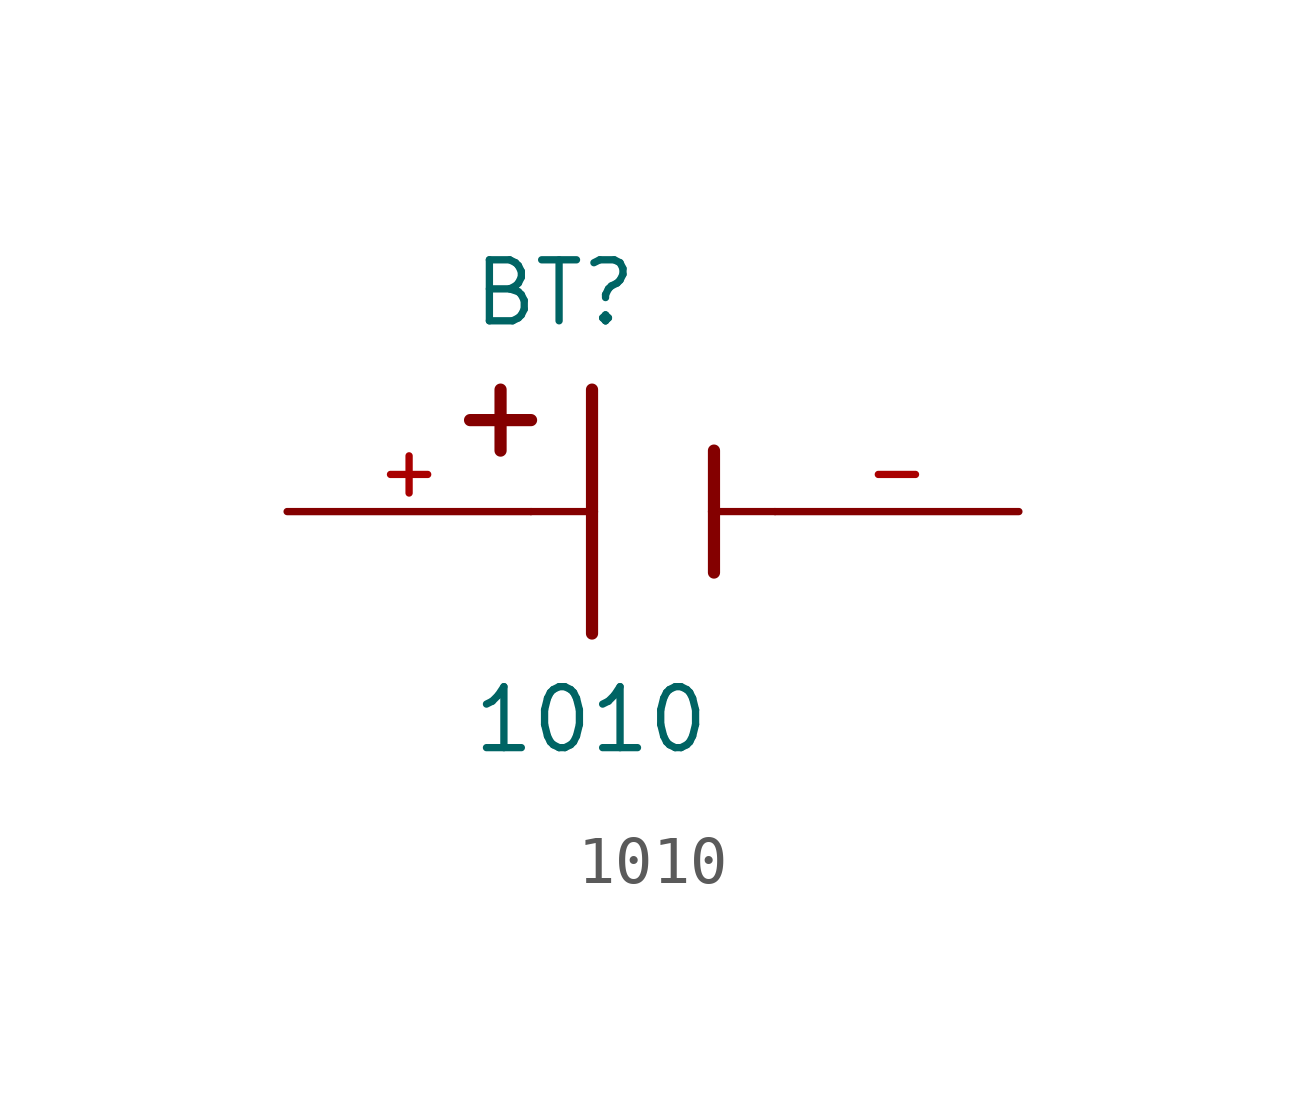
<source format=kicad_sym>
(kicad_symbol_lib
  (version 20211014)
  (generator kicad_symbol_editor)
  (symbol "1010"
    (pin_names
      (offset 1.016))
    (property "Reference" "BT"
      (at -3.81 3.81 0)
      (effects (font (size 1.27 1.27)) (justify bottom left)))
    (property "Value" "1010"
      (at -3.81 -5.08 0)
      (effects (font (size 1.27 1.27)) (justify bottom left)))
    (symbol "1010_0_0"
      (polyline (pts (xy -1.27 2.54) (xy -1.27 0.0)) (stroke (width 0.254)))
      (polyline (pts (xy -1.27 0.0) (xy -1.27 -2.54)) (stroke (width 0.254)))
      (polyline (pts (xy 1.27 1.27) (xy 1.27 0.0)) (stroke (width 0.254)))
      (polyline (pts (xy 1.27 0.0) (xy 1.27 -1.27)) (stroke (width 0.254)))
      (polyline (pts (xy -1.27 0.0) (xy -2.54 0.0)) (stroke (width 0.152)))
      (polyline (pts (xy 1.27 0.0) (xy 2.54 0.0)) (stroke (width 0.152)))
      (polyline (pts (xy -3.175 2.54) (xy -3.175 1.27)) (stroke (width 0.254)))
      (polyline (pts (xy -3.81 1.905) (xy -2.54 1.905)) (stroke (width 0.254)))
      (pin passive line (at -7.62 0.0 0) (length 5.08) (name "~" (effects (font (size 1.016 1.016)))) (number "+" (effects (font (size 1.016 1.016)))))
      (pin passive line (at 7.62 0.0 180.0) (length 5.08) (name "~" (effects (font (size 1.016 1.016)))) (number "-" (effects (font (size 1.016 1.016))))))))
</source>
